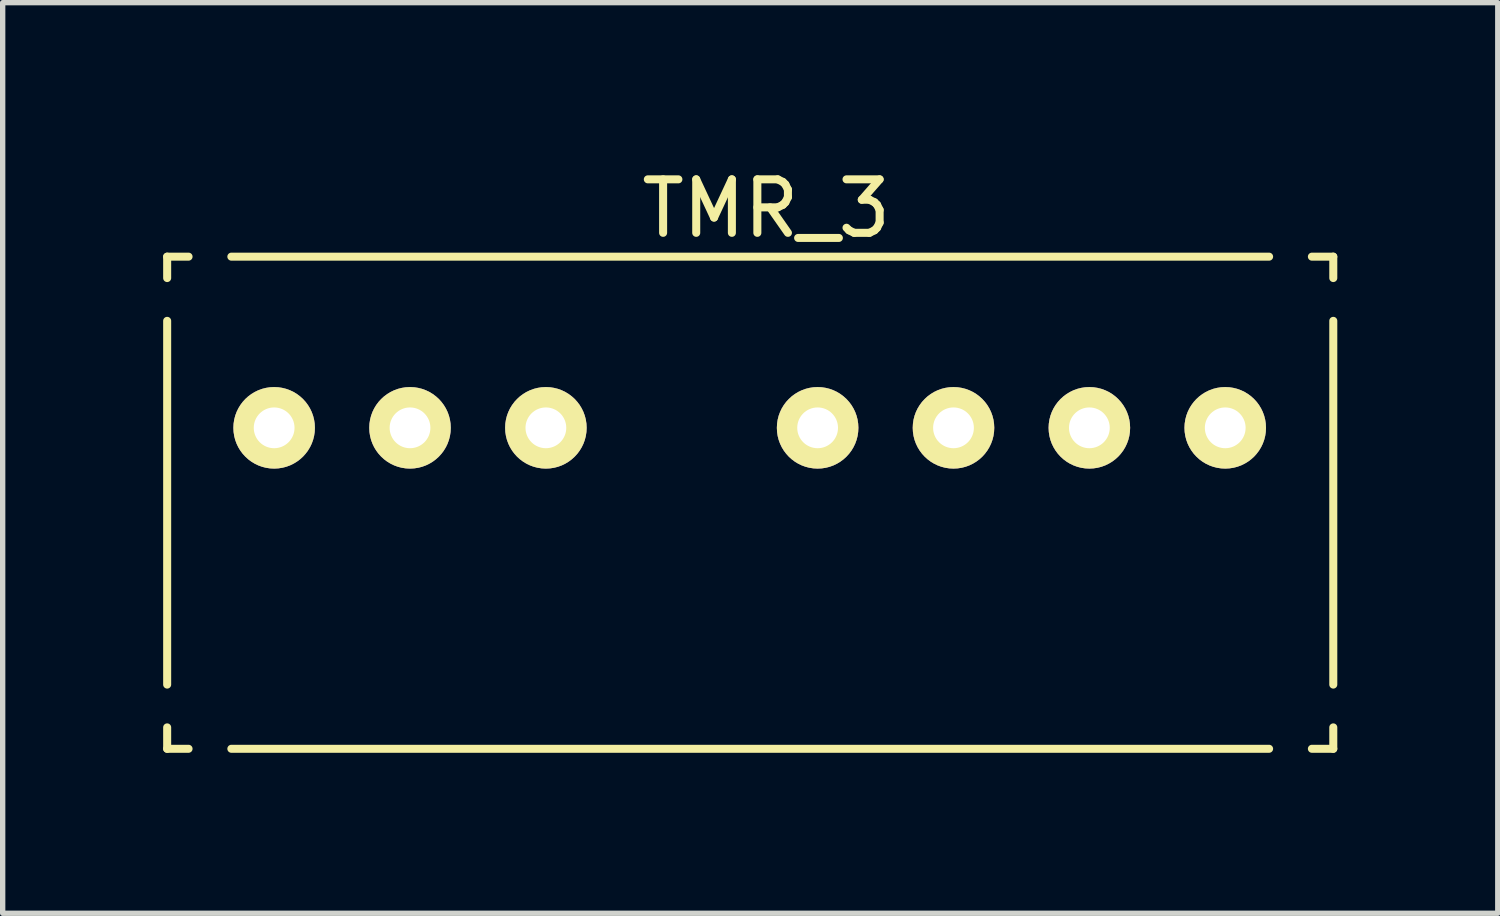
<source format=kicad_pcb>
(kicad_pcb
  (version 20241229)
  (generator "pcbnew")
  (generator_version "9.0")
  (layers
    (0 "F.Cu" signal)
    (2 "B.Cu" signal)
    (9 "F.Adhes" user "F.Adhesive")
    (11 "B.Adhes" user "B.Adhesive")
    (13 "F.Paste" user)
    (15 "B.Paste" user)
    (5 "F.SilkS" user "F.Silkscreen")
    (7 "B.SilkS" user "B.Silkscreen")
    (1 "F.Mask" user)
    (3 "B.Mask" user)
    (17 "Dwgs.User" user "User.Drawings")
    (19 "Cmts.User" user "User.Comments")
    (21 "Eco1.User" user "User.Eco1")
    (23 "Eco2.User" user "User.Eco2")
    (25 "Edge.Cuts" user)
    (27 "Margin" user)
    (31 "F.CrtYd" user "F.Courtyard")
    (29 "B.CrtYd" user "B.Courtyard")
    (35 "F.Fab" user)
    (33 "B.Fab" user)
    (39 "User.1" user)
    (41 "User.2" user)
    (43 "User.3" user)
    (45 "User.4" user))
  (footprint "TMR_3"
    (layer "F.Cu")
    (at 2.075 4.948)
    (property "Reference" "TMR_3" (at 9.2 -4.1 0) (layer "F.SilkS") (effects (font (size 1 1) (thickness 0.15))))
    (attr through_hole)
    (fp_line (start -2 -3.2) (end -2 -2.8) (stroke (width 0.15) (type solid)) (layer "F.SilkS"))
    (fp_line (start -2 -3.2) (end -1.6 -3.2) (stroke (width 0.15) (type solid)) (layer "F.SilkS"))
    (fp_line (start -2 4.8) (end -2 -2) (stroke (width 0.15) (type solid)) (layer "F.SilkS"))
    (fp_line (start -2 6) (end -2 5.6) (stroke (width 0.15) (type solid)) (layer "F.SilkS"))
    (fp_line (start -2 6) (end -1.6 6) (stroke (width 0.15) (type solid)) (layer "F.SilkS"))
    (fp_line (start -0.8 -3.2) (end 18.6 -3.2) (stroke (width 0.15) (type solid)) (layer "F.SilkS"))
    (fp_line (start 18.6 6) (end -0.8 6) (stroke (width 0.15) (type solid)) (layer "F.SilkS"))
    (fp_line (start 19.8 -3.2) (end 19.4 -3.2) (stroke (width 0.15) (type solid)) (layer "F.SilkS"))
    (fp_line (start 19.8 -3.2) (end 19.8 -2.8) (stroke (width 0.15) (type solid)) (layer "F.SilkS"))
    (fp_line (start 19.8 -2) (end 19.8 4.8) (stroke (width 0.15) (type solid)) (layer "F.SilkS"))
    (fp_line (start 19.8 6) (end 19.4 6) (stroke (width 0.15) (type solid)) (layer "F.SilkS"))
    (fp_line (start 19.8 6) (end 19.8 5.6) (stroke (width 0.15) (type solid)) (layer "F.SilkS"))
    (pad "1" thru_hole circle (at 0 0) (size 1.524 1.524) (drill 0.762) (layers "*.Cu" "*.Mask" "F.SilkS"))
    (pad "2" thru_hole circle (at 2.54 0) (size 1.524 1.524) (drill 0.762) (layers "*.Cu" "*.Mask" "F.SilkS"))
    (pad "3" thru_hole circle (at 5.08 0) (size 1.524 1.524) (drill 0.762) (layers "*.Cu" "*.Mask" "F.SilkS"))
    (pad "5" thru_hole circle (at 10.16 0) (size 1.524 1.524) (drill 0.762) (layers "*.Cu" "*.Mask" "F.SilkS"))
    (pad "6" thru_hole circle (at 12.7 0) (size 1.524 1.524) (drill 0.762) (layers "*.Cu" "*.Mask" "F.SilkS"))
    (pad "7" thru_hole circle (at 15.24 0) (size 1.524 1.524) (drill 0.762) (layers "*.Cu" "*.Mask" "F.SilkS"))
    (pad "8" thru_hole circle (at 17.78 0) (size 1.524 1.524) (drill 0.762) (layers "*.Cu" "*.Mask" "F.SilkS")))
  (gr_rect
    (start -3 -3)
    (end 24.95 14.023)
    (stroke (width 0.1) (type default))
    (fill no)
    (layer "Edge.Cuts")))
</source>
